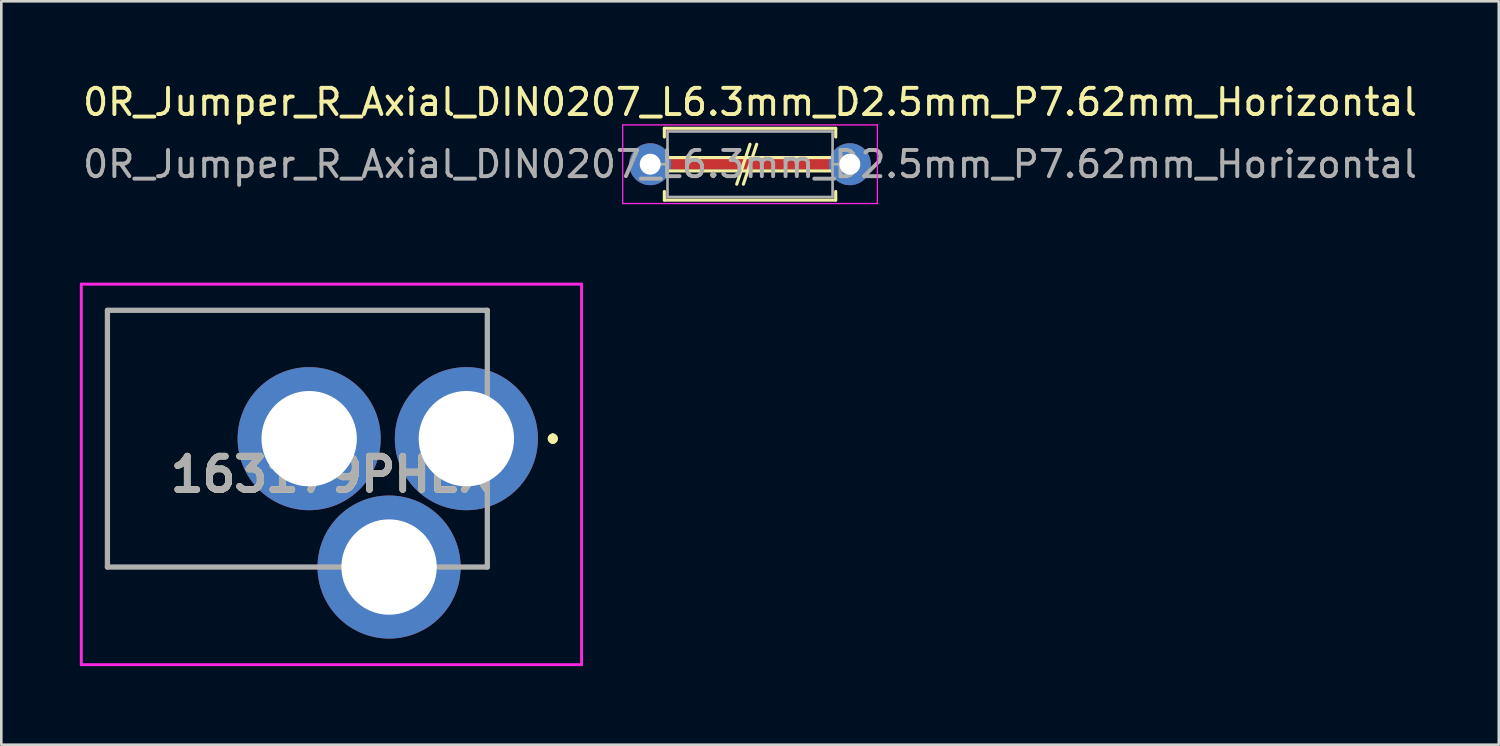
<source format=kicad_pcb>
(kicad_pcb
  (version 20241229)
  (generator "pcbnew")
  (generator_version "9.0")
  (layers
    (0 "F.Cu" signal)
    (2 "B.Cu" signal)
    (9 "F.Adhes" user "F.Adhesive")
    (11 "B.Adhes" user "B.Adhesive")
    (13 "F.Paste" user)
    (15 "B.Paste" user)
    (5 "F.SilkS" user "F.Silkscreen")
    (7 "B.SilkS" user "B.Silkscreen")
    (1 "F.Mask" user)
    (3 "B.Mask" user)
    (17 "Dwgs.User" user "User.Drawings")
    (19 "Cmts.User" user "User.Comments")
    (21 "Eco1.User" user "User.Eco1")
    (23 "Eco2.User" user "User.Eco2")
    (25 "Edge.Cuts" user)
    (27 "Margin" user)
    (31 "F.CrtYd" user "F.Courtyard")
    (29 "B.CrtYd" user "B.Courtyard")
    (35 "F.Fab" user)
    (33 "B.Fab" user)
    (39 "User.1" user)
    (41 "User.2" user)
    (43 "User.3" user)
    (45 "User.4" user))
  (footprint "0R_Jumper_R_Axial_DIN0207_L6.3mm_D2.5mm_P7.62mm_Horizontal"
    (layer "F.Cu")
    (at 21.767 3.218)
    (property "Reference" "0R_Jumper_R_Axial_DIN0207_L6.3mm_D2.5mm_P7.62mm_Horizontal" (at 3.81 -2.37 0) (layer "F.SilkS") (effects (font (size 1 1) (thickness 0.15))))
    (attr through_hole)
    (fp_line (start 7.62 0) (end 0 0) (stroke (width 0.4) (type solid)) (layer "F.Cu"))
    (fp_line (start 0.54 -1.37) (end 7.08 -1.37) (stroke (width 0.12) (type solid)) (layer "F.SilkS"))
    (fp_line (start 0.54 -1.04) (end 0.54 -1.37) (stroke (width 0.12) (type solid)) (layer "F.SilkS"))
    (fp_line (start 0.54 1.04) (end 0.54 1.37) (stroke (width 0.12) (type solid)) (layer "F.SilkS"))
    (fp_line (start 0.54 1.37) (end 7.08 1.37) (stroke (width 0.12) (type solid)) (layer "F.SilkS"))
    (fp_line (start 0.762 -0.254) (end 6.858 -0.254) (stroke (width 0.12) (type solid)) (layer "F.SilkS"))
    (fp_line (start 3.81 -0.762) (end 3.302 0.762) (stroke (width 0.12) (type solid)) (layer "F.SilkS"))
    (fp_line (start 4.064 -0.762) (end 3.556 0.762) (stroke (width 0.12) (type solid)) (layer "F.SilkS"))
    (fp_line (start 6.858 0.254) (end 0.762 0.254) (stroke (width 0.12) (type solid)) (layer "F.SilkS"))
    (fp_line (start 7.08 -1.37) (end 7.08 -1.04) (stroke (width 0.12) (type solid)) (layer "F.SilkS"))
    (fp_line (start 7.08 1.37) (end 7.08 1.04) (stroke (width 0.12) (type solid)) (layer "F.SilkS"))
    (fp_line (start -1.05 -1.5) (end -1.05 1.5) (stroke (width 0.05) (type solid)) (layer "F.CrtYd"))
    (fp_line (start -1.05 1.5) (end 8.67 1.5) (stroke (width 0.05) (type solid)) (layer "F.CrtYd"))
    (fp_line (start 8.67 -1.5) (end -1.05 -1.5) (stroke (width 0.05) (type solid)) (layer "F.CrtYd"))
    (fp_line (start 8.67 1.5) (end 8.67 -1.5) (stroke (width 0.05) (type solid)) (layer "F.CrtYd"))
    (fp_line (start 0 0) (end 0.66 0) (stroke (width 0.1) (type solid)) (layer "F.Fab"))
    (fp_line (start 0.66 -1.25) (end 0.66 1.25) (stroke (width 0.1) (type solid)) (layer "F.Fab"))
    (fp_line (start 0.66 1.25) (end 6.96 1.25) (stroke (width 0.1) (type solid)) (layer "F.Fab"))
    (fp_line (start 6.96 -1.25) (end 0.66 -1.25) (stroke (width 0.1) (type solid)) (layer "F.Fab"))
    (fp_line (start 6.96 1.25) (end 6.96 -1.25) (stroke (width 0.1) (type solid)) (layer "F.Fab"))
    (fp_line (start 7.62 0) (end 6.96 0) (stroke (width 0.1) (type solid)) (layer "F.Fab"))
    (fp_text user "${REFERENCE}" (at 3.81 0 0) (layer "F.Fab") (effects (font (size 1 1) (thickness 0.15))))
    (pad "1" thru_hole circle (at 0 0) (size 1.6 1.6) (drill 0.8) (layers "*.Cu" "*.Mask"))
    (pad "2" thru_hole oval (at 7.62 0) (size 1.6 1.6) (drill 0.8) (layers "*.Cu" "*.Mask")))
  (footprint "163179PHEX"
    (layer "F.Cu")
    (at 9.6 15.058)
    (property "Reference" "163179PHEX" (at 0 0 0) (layer "F.SilkS") (effects (font (size 1.27 1.27) (thickness 0.254))))
    (attr through_hole)
    (fp_line (start -8.55 -6.265) (end -8.55 3.535) (stroke (width 0.1) (type solid)) (layer "F.SilkS"))
    (fp_line (start -8.55 3.535) (end 5.95 3.535) (stroke (width 0.1) (type solid)) (layer "F.SilkS"))
    (fp_line (start -1.55 -6.265) (end -8.55 -6.265) (stroke (width 0.1) (type solid)) (layer "F.SilkS"))
    (fp_line (start 5.95 3.535) (end 5.95 1.635) (stroke (width 0.1) (type solid)) (layer "F.SilkS"))
    (fp_line (start 8.45 -1.465) (end 8.45 -1.465) (stroke (width 0.2) (type solid)) (layer "F.SilkS"))
    (fp_line (start 8.45 -1.265) (end 8.45 -1.265) (stroke (width 0.2) (type solid)) (layer "F.SilkS"))
    (fp_arc (start 8.45 -1.465) (mid 8.55 -1.365) (end 8.45 -1.265) (stroke (width 0.2) (type solid)) (layer "F.SilkS"))
    (fp_arc (start 8.45 -1.265) (mid 8.35 -1.365) (end 8.45 -1.465) (stroke (width 0.2) (type solid)) (layer "F.SilkS"))
    (fp_line (start -9.55 -7.265) (end 9.55 -7.265) (stroke (width 0.1) (type solid)) (layer "F.CrtYd"))
    (fp_line (start -9.55 -7.265) (end 9.55 -7.265) (stroke (width 0.1) (type solid)) (layer "F.CrtYd"))
    (fp_line (start -9.55 7.265) (end -9.55 -7.265) (stroke (width 0.1) (type solid)) (layer "F.CrtYd"))
    (fp_line (start -9.55 7.265) (end -9.55 -7.265) (stroke (width 0.1) (type solid)) (layer "F.CrtYd"))
    (fp_line (start 9.55 -7.265) (end 9.55 7.265) (stroke (width 0.1) (type solid)) (layer "F.CrtYd"))
    (fp_line (start 9.55 -7.265) (end 9.55 7.265) (stroke (width 0.1) (type solid)) (layer "F.CrtYd"))
    (fp_line (start 9.55 7.265) (end -9.55 7.265) (stroke (width 0.1) (type solid)) (layer "F.CrtYd"))
    (fp_line (start 9.55 7.265) (end -9.55 7.265) (stroke (width 0.1) (type solid)) (layer "F.CrtYd"))
    (fp_line (start -8.55 -6.265) (end 5.95 -6.265) (stroke (width 0.2) (type solid)) (layer "F.Fab"))
    (fp_line (start -8.55 3.535) (end -8.55 -6.265) (stroke (width 0.2) (type solid)) (layer "F.Fab"))
    (fp_line (start 5.95 -6.265) (end 5.95 3.535) (stroke (width 0.2) (type solid)) (layer "F.Fab"))
    (fp_line (start 5.95 3.535) (end -8.55 3.535) (stroke (width 0.2) (type solid)) (layer "F.Fab"))
    (fp_text user "${REFERENCE}" (at 0 0 0) (layer "F.Fab") (effects (font (size 1.27 1.27) (thickness 0.254))))
    (pad "1" thru_hole circle (at 5.15 -1.365) (size 5.46 5.46) (drill 3.64) (layers "*.Cu" "*.Mask"))
    (pad "2" thru_hole circle (at -0.85 -1.365) (size 5.46 5.46) (drill 3.64) (layers "*.Cu" "*.Mask"))
    (pad "3" thru_hole circle (at 2.2 3.535) (size 5.46 5.46) (drill 3.64) (layers "*.Cu" "*.Mask")))
  (gr_rect
    (start -3 -3)
    (end 54.155 25.373)
    (stroke (width 0.1) (type default))
    (fill no)
    (layer "Edge.Cuts")))
</source>
